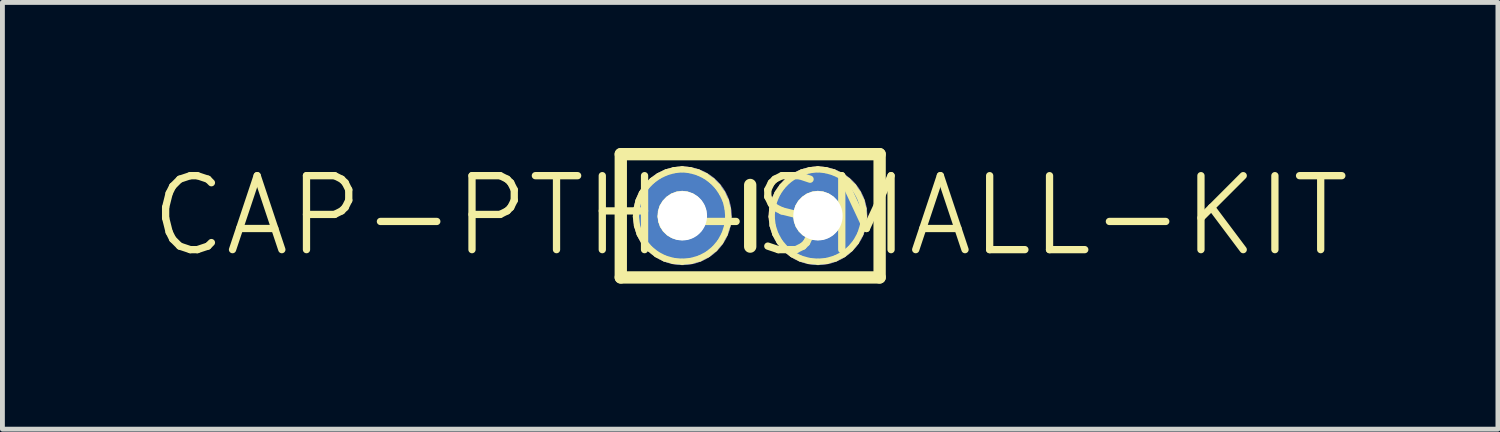
<source format=kicad_pcb>
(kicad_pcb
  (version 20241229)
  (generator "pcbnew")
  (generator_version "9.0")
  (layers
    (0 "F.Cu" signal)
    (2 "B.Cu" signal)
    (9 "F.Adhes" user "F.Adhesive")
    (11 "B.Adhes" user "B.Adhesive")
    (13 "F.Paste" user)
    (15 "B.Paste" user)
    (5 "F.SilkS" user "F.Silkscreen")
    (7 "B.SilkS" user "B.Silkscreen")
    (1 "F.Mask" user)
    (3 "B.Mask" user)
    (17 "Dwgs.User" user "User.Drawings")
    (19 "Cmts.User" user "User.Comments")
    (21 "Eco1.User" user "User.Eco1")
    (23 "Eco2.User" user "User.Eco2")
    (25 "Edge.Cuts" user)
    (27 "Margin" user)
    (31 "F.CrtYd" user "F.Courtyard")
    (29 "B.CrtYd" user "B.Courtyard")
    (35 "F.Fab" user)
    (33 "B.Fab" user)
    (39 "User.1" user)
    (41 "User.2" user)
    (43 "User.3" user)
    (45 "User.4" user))
  (footprint "CAP-PTH-SMALL-KIT"
    (layer "F.Cu")
    (at 12.41 1.397)
    (property "Reference" "CAP-PTH-SMALL-KIT" (at 0 0 0) (layer "F.SilkS") (effects (font (size 1.524 1.524) (thickness 0.15))))
    (attr exclude_from_pos_files exclude_from_bom)
    (fp_line (start -2.667 -1.27) (end 2.667 -1.27) (stroke (width 0.254) (type solid)) (layer "F.SilkS"))
    (fp_line (start -2.667 1.27) (end -2.667 -1.27) (stroke (width 0.254) (type solid)) (layer "F.SilkS"))
    (fp_line (start -2.355 0.018) (end -2.342 -0.147) (stroke (width 0.127) (type solid)) (layer "F.SilkS"))
    (fp_line (start -2.342 -0.147) (end -2.301 -0.312) (stroke (width 0.127) (type solid)) (layer "F.SilkS"))
    (fp_line (start -2.334 0.201) (end -2.355 0.018) (stroke (width 0.127) (type solid)) (layer "F.SilkS"))
    (fp_line (start -2.301 -0.312) (end -2.233 -0.465) (stroke (width 0.127) (type solid)) (layer "F.SilkS"))
    (fp_line (start -2.278 0.376) (end -2.334 0.201) (stroke (width 0.127) (type solid)) (layer "F.SilkS"))
    (fp_line (start -2.233 -0.465) (end -2.139 -0.602) (stroke (width 0.127) (type solid)) (layer "F.SilkS"))
    (fp_line (start -2.189 0.538) (end -2.278 0.376) (stroke (width 0.127) (type solid)) (layer "F.SilkS"))
    (fp_line (start -2.139 -0.602) (end -2.019 -0.724) (stroke (width 0.127) (type solid)) (layer "F.SilkS"))
    (fp_line (start -2.07 0.678) (end -2.189 0.538) (stroke (width 0.127) (type solid)) (layer "F.SilkS"))
    (fp_line (start -2.019 -0.724) (end -1.885 -0.82) (stroke (width 0.127) (type solid)) (layer "F.SilkS"))
    (fp_line (start -1.925 0.795) (end -2.07 0.678) (stroke (width 0.127) (type solid)) (layer "F.SilkS"))
    (fp_line (start -1.885 -0.82) (end -1.732 -0.894) (stroke (width 0.127) (type solid)) (layer "F.SilkS"))
    (fp_line (start -1.847 0.015) (end -1.839 -0.086) (stroke (width 0.127) (type solid)) (layer "F.SilkS"))
    (fp_line (start -1.839 -0.086) (end -1.808 -0.183) (stroke (width 0.127) (type solid)) (layer "F.SilkS"))
    (fp_line (start -1.834 0.109) (end -1.847 0.015) (stroke (width 0.127) (type solid)) (layer "F.SilkS"))
    (fp_line (start -1.808 -0.183) (end -1.755 -0.269) (stroke (width 0.127) (type solid)) (layer "F.SilkS"))
    (fp_line (start -1.801 0.201) (end -1.834 0.109) (stroke (width 0.127) (type solid)) (layer "F.SilkS"))
    (fp_line (start -1.763 0.879) (end -1.925 0.795) (stroke (width 0.127) (type solid)) (layer "F.SilkS"))
    (fp_line (start -1.755 -0.269) (end -1.684 -0.343) (stroke (width 0.127) (type solid)) (layer "F.SilkS"))
    (fp_line (start -1.748 0.282) (end -1.801 0.201) (stroke (width 0.127) (type solid)) (layer "F.SilkS"))
    (fp_line (start -1.732 -0.894) (end -1.57 -0.94) (stroke (width 0.127) (type solid)) (layer "F.SilkS"))
    (fp_line (start -1.684 -0.343) (end -1.6 -0.401) (stroke (width 0.127) (type solid)) (layer "F.SilkS"))
    (fp_line (start -1.676 0.351) (end -1.748 0.282) (stroke (width 0.127) (type solid)) (layer "F.SilkS"))
    (fp_line (start -1.6 -0.401) (end -1.504 -0.437) (stroke (width 0.127) (type solid)) (layer "F.SilkS"))
    (fp_line (start -1.593 0.399) (end -1.676 0.351) (stroke (width 0.127) (type solid)) (layer "F.SilkS"))
    (fp_line (start -1.585 0.93) (end -1.763 0.879) (stroke (width 0.127) (type solid)) (layer "F.SilkS"))
    (fp_line (start -1.57 -0.94) (end -1.402 -0.958) (stroke (width 0.127) (type solid)) (layer "F.SilkS"))
    (fp_line (start -1.504 -0.437) (end -1.402 -0.45) (stroke (width 0.127) (type solid)) (layer "F.SilkS"))
    (fp_line (start -1.501 0.429) (end -1.593 0.399) (stroke (width 0.127) (type solid)) (layer "F.SilkS"))
    (fp_line (start -1.402 -0.958) (end -1.237 -0.94) (stroke (width 0.127) (type solid)) (layer "F.SilkS"))
    (fp_line (start -1.402 -0.45) (end -1.303 -0.437) (stroke (width 0.127) (type solid)) (layer "F.SilkS"))
    (fp_line (start -1.402 0.439) (end -1.501 0.429) (stroke (width 0.127) (type solid)) (layer "F.SilkS"))
    (fp_line (start -1.402 0.947) (end -1.585 0.93) (stroke (width 0.127) (type solid)) (layer "F.SilkS"))
    (fp_line (start -1.306 0.429) (end -1.402 0.439) (stroke (width 0.127) (type solid)) (layer "F.SilkS"))
    (fp_line (start -1.303 -0.437) (end -1.209 -0.404) (stroke (width 0.127) (type solid)) (layer "F.SilkS"))
    (fp_line (start -1.237 -0.94) (end -1.074 -0.894) (stroke (width 0.127) (type solid)) (layer "F.SilkS"))
    (fp_line (start -1.217 0.93) (end -1.402 0.947) (stroke (width 0.127) (type solid)) (layer "F.SilkS"))
    (fp_line (start -1.212 0.396) (end -1.306 0.429) (stroke (width 0.127) (type solid)) (layer "F.SilkS"))
    (fp_line (start -1.209 -0.404) (end -1.125 -0.348) (stroke (width 0.127) (type solid)) (layer "F.SilkS"))
    (fp_line (start -1.13 0.345) (end -1.212 0.396) (stroke (width 0.127) (type solid)) (layer "F.SilkS"))
    (fp_line (start -1.125 -0.348) (end -1.054 -0.274) (stroke (width 0.127) (type solid)) (layer "F.SilkS"))
    (fp_line (start -1.074 -0.894) (end -0.922 -0.82) (stroke (width 0.127) (type solid)) (layer "F.SilkS"))
    (fp_line (start -1.059 0.277) (end -1.13 0.345) (stroke (width 0.127) (type solid)) (layer "F.SilkS"))
    (fp_line (start -1.054 -0.274) (end -1.003 -0.191) (stroke (width 0.127) (type solid)) (layer "F.SilkS"))
    (fp_line (start -1.041 0.879) (end -1.217 0.93) (stroke (width 0.127) (type solid)) (layer "F.SilkS"))
    (fp_line (start -1.006 0.193) (end -1.059 0.277) (stroke (width 0.127) (type solid)) (layer "F.SilkS"))
    (fp_line (start -1.003 -0.191) (end -0.97 -0.094) (stroke (width 0.127) (type solid)) (layer "F.SilkS"))
    (fp_line (start -0.973 0.102) (end -1.006 0.193) (stroke (width 0.127) (type solid)) (layer "F.SilkS"))
    (fp_line (start -0.97 -0.094) (end -0.963 0.005) (stroke (width 0.127) (type solid)) (layer "F.SilkS"))
    (fp_line (start -0.963 0.005) (end -0.973 0.102) (stroke (width 0.127) (type solid)) (layer "F.SilkS"))
    (fp_line (start -0.922 -0.82) (end -0.787 -0.721) (stroke (width 0.127) (type solid)) (layer "F.SilkS"))
    (fp_line (start -0.879 0.795) (end -1.041 0.879) (stroke (width 0.127) (type solid)) (layer "F.SilkS"))
    (fp_line (start -0.787 -0.721) (end -0.671 -0.602) (stroke (width 0.127) (type solid)) (layer "F.SilkS"))
    (fp_line (start -0.734 0.678) (end -0.879 0.795) (stroke (width 0.127) (type solid)) (layer "F.SilkS"))
    (fp_line (start -0.671 -0.602) (end -0.577 -0.462) (stroke (width 0.127) (type solid)) (layer "F.SilkS"))
    (fp_line (start -0.617 0.538) (end -0.734 0.678) (stroke (width 0.127) (type solid)) (layer "F.SilkS"))
    (fp_line (start -0.577 -0.462) (end -0.505 -0.31) (stroke (width 0.127) (type solid)) (layer "F.SilkS"))
    (fp_line (start -0.528 0.376) (end -0.617 0.538) (stroke (width 0.127) (type solid)) (layer "F.SilkS"))
    (fp_line (start -0.505 -0.31) (end -0.465 -0.145) (stroke (width 0.127) (type solid)) (layer "F.SilkS"))
    (fp_line (start -0.472 0.201) (end -0.528 0.376) (stroke (width 0.127) (type solid)) (layer "F.SilkS"))
    (fp_line (start -0.465 -0.145) (end -0.452 0.02) (stroke (width 0.127) (type solid)) (layer "F.SilkS"))
    (fp_line (start -0.452 0.02) (end -0.472 0.201) (stroke (width 0.127) (type solid)) (layer "F.SilkS"))
    (fp_line (start 0 -0.635) (end 0 0.635) (stroke (width 0.254) (type solid)) (layer "F.SilkS"))
    (fp_line (start 0.442 0.018) (end 0.455 -0.147) (stroke (width 0.127) (type solid)) (layer "F.SilkS"))
    (fp_line (start 0.455 -0.147) (end 0.495 -0.312) (stroke (width 0.127) (type solid)) (layer "F.SilkS"))
    (fp_line (start 0.462 0.201) (end 0.442 0.018) (stroke (width 0.127) (type solid)) (layer "F.SilkS"))
    (fp_line (start 0.495 -0.312) (end 0.564 -0.465) (stroke (width 0.127) (type solid)) (layer "F.SilkS"))
    (fp_line (start 0.518 0.376) (end 0.462 0.201) (stroke (width 0.127) (type solid)) (layer "F.SilkS"))
    (fp_line (start 0.564 -0.465) (end 0.658 -0.602) (stroke (width 0.127) (type solid)) (layer "F.SilkS"))
    (fp_line (start 0.607 0.538) (end 0.518 0.376) (stroke (width 0.127) (type solid)) (layer "F.SilkS"))
    (fp_line (start 0.658 -0.602) (end 0.777 -0.724) (stroke (width 0.127) (type solid)) (layer "F.SilkS"))
    (fp_line (start 0.726 0.678) (end 0.607 0.538) (stroke (width 0.127) (type solid)) (layer "F.SilkS"))
    (fp_line (start 0.777 -0.724) (end 0.912 -0.82) (stroke (width 0.127) (type solid)) (layer "F.SilkS"))
    (fp_line (start 0.871 0.795) (end 0.726 0.678) (stroke (width 0.127) (type solid)) (layer "F.SilkS"))
    (fp_line (start 0.912 -0.82) (end 1.064 -0.894) (stroke (width 0.127) (type solid)) (layer "F.SilkS"))
    (fp_line (start 0.95 0.015) (end 0.958 -0.086) (stroke (width 0.127) (type solid)) (layer "F.SilkS"))
    (fp_line (start 0.958 -0.086) (end 0.988 -0.183) (stroke (width 0.127) (type solid)) (layer "F.SilkS"))
    (fp_line (start 0.963 0.109) (end 0.95 0.015) (stroke (width 0.127) (type solid)) (layer "F.SilkS"))
    (fp_line (start 0.988 -0.183) (end 1.041 -0.269) (stroke (width 0.127) (type solid)) (layer "F.SilkS"))
    (fp_line (start 0.996 0.201) (end 0.963 0.109) (stroke (width 0.127) (type solid)) (layer "F.SilkS"))
    (fp_line (start 1.034 0.879) (end 0.871 0.795) (stroke (width 0.127) (type solid)) (layer "F.SilkS"))
    (fp_line (start 1.041 -0.269) (end 1.113 -0.343) (stroke (width 0.127) (type solid)) (layer "F.SilkS"))
    (fp_line (start 1.049 0.282) (end 0.996 0.201) (stroke (width 0.127) (type solid)) (layer "F.SilkS"))
    (fp_line (start 1.064 -0.894) (end 1.227 -0.94) (stroke (width 0.127) (type solid)) (layer "F.SilkS"))
    (fp_line (start 1.113 -0.343) (end 1.196 -0.401) (stroke (width 0.127) (type solid)) (layer "F.SilkS"))
    (fp_line (start 1.12 0.351) (end 1.049 0.282) (stroke (width 0.127) (type solid)) (layer "F.SilkS"))
    (fp_line (start 1.196 -0.401) (end 1.293 -0.437) (stroke (width 0.127) (type solid)) (layer "F.SilkS"))
    (fp_line (start 1.204 0.399) (end 1.12 0.351) (stroke (width 0.127) (type solid)) (layer "F.SilkS"))
    (fp_line (start 1.212 0.93) (end 1.034 0.879) (stroke (width 0.127) (type solid)) (layer "F.SilkS"))
    (fp_line (start 1.227 -0.94) (end 1.394 -0.958) (stroke (width 0.127) (type solid)) (layer "F.SilkS"))
    (fp_line (start 1.293 -0.437) (end 1.394 -0.45) (stroke (width 0.127) (type solid)) (layer "F.SilkS"))
    (fp_line (start 1.295 0.429) (end 1.204 0.399) (stroke (width 0.127) (type solid)) (layer "F.SilkS"))
    (fp_line (start 1.394 -0.958) (end 1.56 -0.94) (stroke (width 0.127) (type solid)) (layer "F.SilkS"))
    (fp_line (start 1.394 -0.45) (end 1.494 -0.437) (stroke (width 0.127) (type solid)) (layer "F.SilkS"))
    (fp_line (start 1.394 0.439) (end 1.295 0.429) (stroke (width 0.127) (type solid)) (layer "F.SilkS"))
    (fp_line (start 1.397 0.947) (end 1.212 0.93) (stroke (width 0.127) (type solid)) (layer "F.SilkS"))
    (fp_line (start 1.491 0.429) (end 1.394 0.439) (stroke (width 0.127) (type solid)) (layer "F.SilkS"))
    (fp_line (start 1.494 -0.437) (end 1.587 -0.404) (stroke (width 0.127) (type solid)) (layer "F.SilkS"))
    (fp_line (start 1.56 -0.94) (end 1.722 -0.894) (stroke (width 0.127) (type solid)) (layer "F.SilkS"))
    (fp_line (start 1.58 0.93) (end 1.397 0.947) (stroke (width 0.127) (type solid)) (layer "F.SilkS"))
    (fp_line (start 1.585 0.396) (end 1.491 0.429) (stroke (width 0.127) (type solid)) (layer "F.SilkS"))
    (fp_line (start 1.587 -0.404) (end 1.671 -0.348) (stroke (width 0.127) (type solid)) (layer "F.SilkS"))
    (fp_line (start 1.666 0.345) (end 1.585 0.396) (stroke (width 0.127) (type solid)) (layer "F.SilkS"))
    (fp_line (start 1.671 -0.348) (end 1.742 -0.274) (stroke (width 0.127) (type solid)) (layer "F.SilkS"))
    (fp_line (start 1.722 -0.894) (end 1.875 -0.82) (stroke (width 0.127) (type solid)) (layer "F.SilkS"))
    (fp_line (start 1.737 0.277) (end 1.666 0.345) (stroke (width 0.127) (type solid)) (layer "F.SilkS"))
    (fp_line (start 1.742 -0.274) (end 1.793 -0.191) (stroke (width 0.127) (type solid)) (layer "F.SilkS"))
    (fp_line (start 1.755 0.879) (end 1.58 0.93) (stroke (width 0.127) (type solid)) (layer "F.SilkS"))
    (fp_line (start 1.791 0.193) (end 1.737 0.277) (stroke (width 0.127) (type solid)) (layer "F.SilkS"))
    (fp_line (start 1.793 -0.191) (end 1.826 -0.094) (stroke (width 0.127) (type solid)) (layer "F.SilkS"))
    (fp_line (start 1.824 0.102) (end 1.791 0.193) (stroke (width 0.127) (type solid)) (layer "F.SilkS"))
    (fp_line (start 1.826 -0.094) (end 1.834 0.005) (stroke (width 0.127) (type solid)) (layer "F.SilkS"))
    (fp_line (start 1.834 0.005) (end 1.824 0.102) (stroke (width 0.127) (type solid)) (layer "F.SilkS"))
    (fp_line (start 1.875 -0.82) (end 2.009 -0.721) (stroke (width 0.127) (type solid)) (layer "F.SilkS"))
    (fp_line (start 1.918 0.795) (end 1.755 0.879) (stroke (width 0.127) (type solid)) (layer "F.SilkS"))
    (fp_line (start 2.009 -0.721) (end 2.126 -0.602) (stroke (width 0.127) (type solid)) (layer "F.SilkS"))
    (fp_line (start 2.062 0.678) (end 1.918 0.795) (stroke (width 0.127) (type solid)) (layer "F.SilkS"))
    (fp_line (start 2.126 -0.602) (end 2.22 -0.462) (stroke (width 0.127) (type solid)) (layer "F.SilkS"))
    (fp_line (start 2.179 0.538) (end 2.062 0.678) (stroke (width 0.127) (type solid)) (layer "F.SilkS"))
    (fp_line (start 2.22 -0.462) (end 2.291 -0.31) (stroke (width 0.127) (type solid)) (layer "F.SilkS"))
    (fp_line (start 2.268 0.376) (end 2.179 0.538) (stroke (width 0.127) (type solid)) (layer "F.SilkS"))
    (fp_line (start 2.291 -0.31) (end 2.332 -0.145) (stroke (width 0.127) (type solid)) (layer "F.SilkS"))
    (fp_line (start 2.324 0.201) (end 2.268 0.376) (stroke (width 0.127) (type solid)) (layer "F.SilkS"))
    (fp_line (start 2.332 -0.145) (end 2.344 0.02) (stroke (width 0.127) (type solid)) (layer "F.SilkS"))
    (fp_line (start 2.344 0.02) (end 2.324 0.201) (stroke (width 0.127) (type solid)) (layer "F.SilkS"))
    (fp_line (start 2.667 -1.27) (end 2.667 1.27) (stroke (width 0.254) (type solid)) (layer "F.SilkS"))
    (fp_line (start 2.667 1.27) (end -2.667 1.27) (stroke (width 0.254) (type solid)) (layer "F.SilkS"))
    (pad "1" thru_hole circle (at -1.397 0) (size 2.032 2.032) (drill 1.016) (layers "*.Cu" "*.Paste" "*.Mask"))
    (pad "2" thru_hole circle (at 1.397 0) (size 2.032 2.032) (drill 1.016) (layers "*.Cu" "*.Paste" "*.Mask")))
  (gr_rect
    (start -3 -3)
    (end 27.819 5.794)
    (stroke (width 0.1) (type default))
    (fill no)
    (layer "Edge.Cuts")))
</source>
